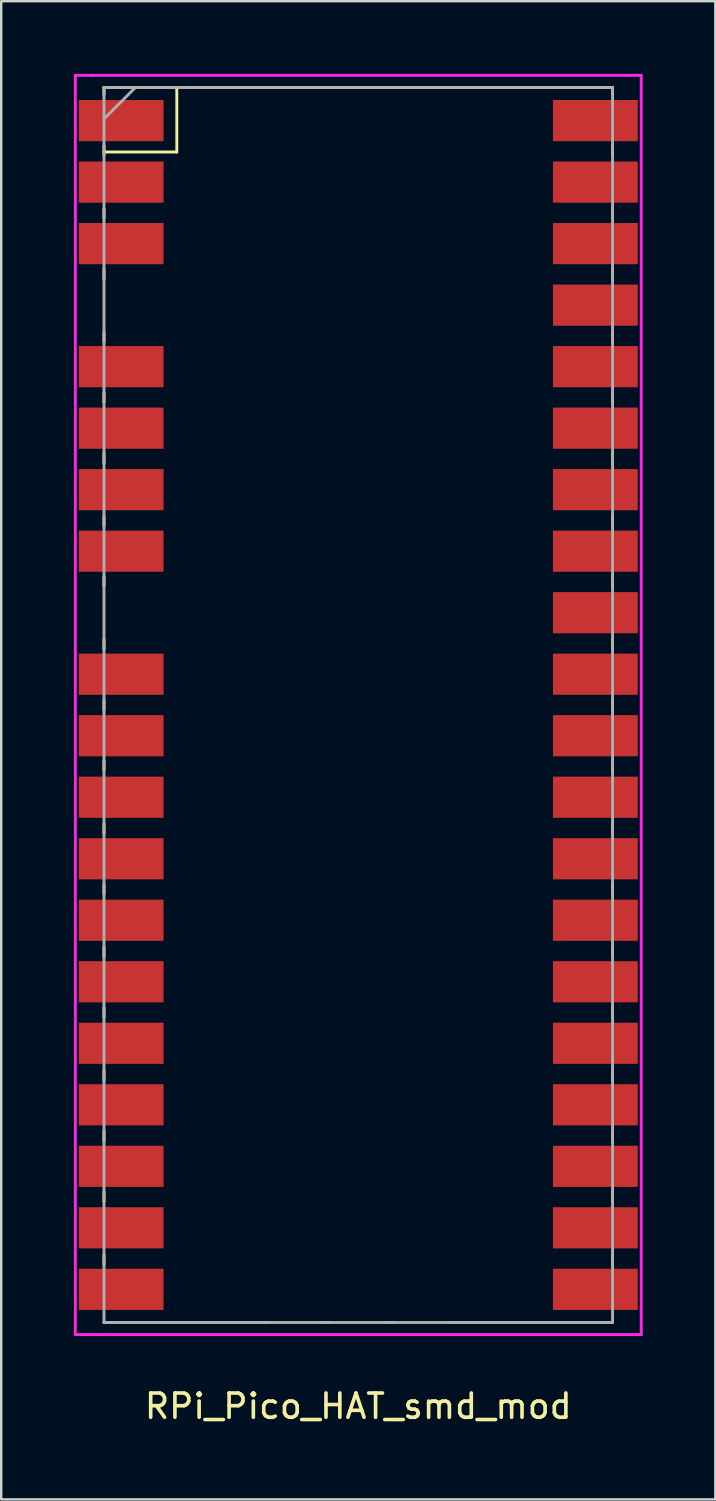
<source format=kicad_pcb>
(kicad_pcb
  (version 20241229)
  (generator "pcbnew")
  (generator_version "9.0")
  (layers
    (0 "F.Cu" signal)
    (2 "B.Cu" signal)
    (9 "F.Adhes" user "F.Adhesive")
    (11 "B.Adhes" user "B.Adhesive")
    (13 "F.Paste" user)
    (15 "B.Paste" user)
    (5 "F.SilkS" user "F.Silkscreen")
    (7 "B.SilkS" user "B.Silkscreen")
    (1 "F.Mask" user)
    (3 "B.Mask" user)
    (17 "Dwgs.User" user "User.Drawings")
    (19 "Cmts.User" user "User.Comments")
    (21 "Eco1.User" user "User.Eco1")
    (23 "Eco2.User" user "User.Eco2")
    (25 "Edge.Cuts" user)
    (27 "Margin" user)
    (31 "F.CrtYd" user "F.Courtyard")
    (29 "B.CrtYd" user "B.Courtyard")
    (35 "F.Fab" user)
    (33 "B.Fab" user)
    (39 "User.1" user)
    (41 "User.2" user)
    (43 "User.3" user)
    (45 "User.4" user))
  (footprint "RPi_Pico_HAT_smd_mod"
    (layer "F.Cu")
    (at 11.744 27.584)
    (property "Reference" "RPi_Pico_HAT_smd_mod" (at 0 27.432 0) (layer "F.SilkS") (effects (font (size 1 1) (thickness 0.15))))
    (attr through_hole)
    (fp_line (start -10.5 -27.024) (end -10.5 -26.724) (stroke (width 0.12) (type solid)) (layer "F.SilkS"))
    (fp_line (start -10.5 -27.024) (end 10.5 -27.024) (stroke (width 0.12) (type solid)) (layer "F.SilkS"))
    (fp_line (start -10.5 -24.624) (end -10.5 -24.224) (stroke (width 0.12) (type solid)) (layer "F.SilkS"))
    (fp_line (start -10.5 -24.357) (end -7.493 -24.357) (stroke (width 0.12) (type solid)) (layer "F.SilkS"))
    (fp_line (start -10.5 -22.024) (end -10.5 -21.624) (stroke (width 0.12) (type solid)) (layer "F.SilkS"))
    (fp_line (start -10.5 -19.524) (end -10.5 -19.124) (stroke (width 0.12) (type solid)) (layer "F.SilkS"))
    (fp_line (start -10.5 -16.924) (end -10.5 -16.524) (stroke (width 0.12) (type solid)) (layer "F.SilkS"))
    (fp_line (start -10.5 -14.424) (end -10.5 -14.024) (stroke (width 0.12) (type solid)) (layer "F.SilkS"))
    (fp_line (start -10.5 -11.924) (end -10.5 -11.524) (stroke (width 0.12) (type solid)) (layer "F.SilkS"))
    (fp_line (start -10.5 -9.324) (end -10.5 -8.924) (stroke (width 0.12) (type solid)) (layer "F.SilkS"))
    (fp_line (start -10.5 -6.824) (end -10.5 -6.424) (stroke (width 0.12) (type solid)) (layer "F.SilkS"))
    (fp_line (start -10.5 -4.224) (end -10.5 -3.824) (stroke (width 0.12) (type solid)) (layer "F.SilkS"))
    (fp_line (start -10.5 -1.724) (end -10.5 -1.324) (stroke (width 0.12) (type solid)) (layer "F.SilkS"))
    (fp_line (start -10.5 0.776) (end -10.5 1.176) (stroke (width 0.12) (type solid)) (layer "F.SilkS"))
    (fp_line (start -10.5 3.376) (end -10.5 3.776) (stroke (width 0.12) (type solid)) (layer "F.SilkS"))
    (fp_line (start -10.5 5.876) (end -10.5 6.276) (stroke (width 0.12) (type solid)) (layer "F.SilkS"))
    (fp_line (start -10.5 8.476) (end -10.5 8.876) (stroke (width 0.12) (type solid)) (layer "F.SilkS"))
    (fp_line (start -10.5 10.976) (end -10.5 11.376) (stroke (width 0.12) (type solid)) (layer "F.SilkS"))
    (fp_line (start -10.5 13.576) (end -10.5 13.976) (stroke (width 0.12) (type solid)) (layer "F.SilkS"))
    (fp_line (start -10.5 16.076) (end -10.5 16.476) (stroke (width 0.12) (type solid)) (layer "F.SilkS"))
    (fp_line (start -10.5 18.576) (end -10.5 18.976) (stroke (width 0.12) (type solid)) (layer "F.SilkS"))
    (fp_line (start -10.5 21.176) (end -10.5 21.576) (stroke (width 0.12) (type solid)) (layer "F.SilkS"))
    (fp_line (start -7.493 -24.357) (end -7.493 -27.024) (stroke (width 0.12) (type solid)) (layer "F.SilkS"))
    (fp_line (start -3.7 23.976) (end -10.5 23.976) (stroke (width 0.12) (type solid)) (layer "F.SilkS"))
    (fp_line (start -1.5 23.976) (end -1.1 23.976) (stroke (width 0.12) (type solid)) (layer "F.SilkS"))
    (fp_line (start 1.1 23.976) (end 1.5 23.976) (stroke (width 0.12) (type solid)) (layer "F.SilkS"))
    (fp_line (start 10.5 -27.024) (end 10.5 -26.724) (stroke (width 0.12) (type solid)) (layer "F.SilkS"))
    (fp_line (start 10.5 -24.624) (end 10.5 -24.224) (stroke (width 0.12) (type solid)) (layer "F.SilkS"))
    (fp_line (start 10.5 -22.024) (end 10.5 -21.624) (stroke (width 0.12) (type solid)) (layer "F.SilkS"))
    (fp_line (start 10.5 -19.524) (end 10.5 -19.124) (stroke (width 0.12) (type solid)) (layer "F.SilkS"))
    (fp_line (start 10.5 -16.924) (end 10.5 -16.524) (stroke (width 0.12) (type solid)) (layer "F.SilkS"))
    (fp_line (start 10.5 -14.424) (end 10.5 -14.024) (stroke (width 0.12) (type solid)) (layer "F.SilkS"))
    (fp_line (start 10.5 -11.924) (end 10.5 -11.524) (stroke (width 0.12) (type solid)) (layer "F.SilkS"))
    (fp_line (start 10.5 -9.324) (end 10.5 -8.924) (stroke (width 0.12) (type solid)) (layer "F.SilkS"))
    (fp_line (start 10.5 -6.824) (end 10.5 -6.424) (stroke (width 0.12) (type solid)) (layer "F.SilkS"))
    (fp_line (start 10.5 -4.224) (end 10.5 -3.824) (stroke (width 0.12) (type solid)) (layer "F.SilkS"))
    (fp_line (start 10.5 -1.724) (end 10.5 -1.324) (stroke (width 0.12) (type solid)) (layer "F.SilkS"))
    (fp_line (start 10.5 0.776) (end 10.5 1.176) (stroke (width 0.12) (type solid)) (layer "F.SilkS"))
    (fp_line (start 10.5 3.376) (end 10.5 3.776) (stroke (width 0.12) (type solid)) (layer "F.SilkS"))
    (fp_line (start 10.5 5.876) (end 10.5 6.276) (stroke (width 0.12) (type solid)) (layer "F.SilkS"))
    (fp_line (start 10.5 8.476) (end 10.5 8.876) (stroke (width 0.12) (type solid)) (layer "F.SilkS"))
    (fp_line (start 10.5 10.976) (end 10.5 11.376) (stroke (width 0.12) (type solid)) (layer "F.SilkS"))
    (fp_line (start 10.5 13.576) (end 10.5 13.976) (stroke (width 0.12) (type solid)) (layer "F.SilkS"))
    (fp_line (start 10.5 16.076) (end 10.5 16.476) (stroke (width 0.12) (type solid)) (layer "F.SilkS"))
    (fp_line (start 10.5 18.576) (end 10.5 18.976) (stroke (width 0.12) (type solid)) (layer "F.SilkS"))
    (fp_line (start 10.5 21.176) (end 10.5 21.576) (stroke (width 0.12) (type solid)) (layer "F.SilkS"))
    (fp_line (start 10.5 23.976) (end 3.7 23.976) (stroke (width 0.12) (type solid)) (layer "F.SilkS"))
    (fp_line (start -11.684 -27.524) (end -11 -27.524) (stroke (width 0.12) (type solid)) (layer "F.CrtYd"))
    (fp_line (start -11.684 24.476) (end -11.684 -27.524) (stroke (width 0.12) (type solid)) (layer "F.CrtYd"))
    (fp_line (start -11.684 24.476) (end -11 24.476) (stroke (width 0.12) (type solid)) (layer "F.CrtYd"))
    (fp_line (start -11 -27.524) (end 11 -27.524) (stroke (width 0.12) (type solid)) (layer "F.CrtYd"))
    (fp_line (start -10.316 24.476) (end -11 24.476) (stroke (width 0.12) (type solid)) (layer "F.CrtYd"))
    (fp_line (start 11 -27.524) (end 11.684 -27.524) (stroke (width 0.12) (type solid)) (layer "F.CrtYd"))
    (fp_line (start 11.684 -27.524) (end 11.684 24.476) (stroke (width 0.12) (type solid)) (layer "F.CrtYd"))
    (fp_line (start 11.684 24.476) (end -10.316 24.476) (stroke (width 0.12) (type solid)) (layer "F.CrtYd"))
    (fp_line (start -10.5 -27.024) (end 10.5 -27.024) (stroke (width 0.12) (type solid)) (layer "F.Fab"))
    (fp_line (start -10.5 -25.724) (end -9.2 -27.024) (stroke (width 0.12) (type solid)) (layer "F.Fab"))
    (fp_line (start -10.5 23.976) (end -10.5 -27.024) (stroke (width 0.12) (type solid)) (layer "F.Fab"))
    (fp_line (start 10.5 -27.024) (end 10.5 23.976) (stroke (width 0.12) (type solid)) (layer "F.Fab"))
    (fp_line (start 10.5 23.976) (end -10.5 23.976) (stroke (width 0.12) (type solid)) (layer "F.Fab"))
    (pad "1" smd rect (at -8.89 -25.654) (size 3.5 1.7) (drill (offset -0.9 0)) (layers "F.Cu" "F.Mask"))
    (pad "2" smd rect (at -8.89 -23.114) (size 3.5 1.7) (drill (offset -0.9 0)) (layers "F.Cu" "F.Mask"))
    (pad "3" smd rect (at -8.89 -20.574) (size 3.5 1.7) (drill (offset -0.9 0)) (layers "F.Cu" "F.Mask"))
    (pad "5" smd rect (at -8.89 -15.494) (size 3.5 1.7) (drill (offset -0.9 0)) (layers "F.Cu" "F.Mask"))
    (pad "6" smd rect (at -8.89 -12.954) (size 3.5 1.7) (drill (offset -0.9 0)) (layers "F.Cu" "F.Mask"))
    (pad "7" smd rect (at -8.89 -10.414) (size 3.5 1.7) (drill (offset -0.9 0)) (layers "F.Cu" "F.Mask"))
    (pad "8" smd rect (at -8.89 -7.874) (size 3.5 1.7) (drill (offset -0.9 0)) (layers "F.Cu" "F.Mask"))
    (pad "10" smd rect (at -8.89 -2.794) (size 3.5 1.7) (drill (offset -0.9 0)) (layers "F.Cu" "F.Mask"))
    (pad "11" smd rect (at -8.89 -0.254) (size 3.5 1.7) (drill (offset -0.9 0)) (layers "F.Cu" "F.Mask"))
    (pad "12" smd rect (at -8.89 2.286) (size 3.5 1.7) (drill (offset -0.9 0)) (layers "F.Cu" "F.Mask"))
    (pad "13" smd rect (at -8.89 4.826) (size 3.5 1.7) (drill (offset -0.9 0)) (layers "F.Cu" "F.Mask"))
    (pad "14" smd rect (at -8.89 7.366) (size 3.5 1.7) (drill (offset -0.9 0)) (layers "F.Cu" "F.Mask"))
    (pad "15" smd rect (at -8.89 9.906) (size 3.5 1.7) (drill (offset -0.9 0)) (layers "F.Cu" "F.Mask"))
    (pad "16" smd rect (at -8.89 12.446) (size 3.5 1.7) (drill (offset -0.9 0)) (layers "F.Cu" "F.Mask"))
    (pad "17" smd rect (at -8.89 14.986) (size 3.5 1.7) (drill (offset -0.9 0)) (layers "F.Cu" "F.Mask"))
    (pad "18" smd rect (at -8.89 17.526) (size 3.5 1.7) (drill (offset -0.9 0)) (layers "F.Cu" "F.Mask"))
    (pad "19" smd rect (at -8.89 20.066) (size 3.5 1.7) (drill (offset -0.9 0)) (layers "F.Cu" "F.Mask"))
    (pad "20" smd rect (at -8.89 22.606) (size 3.5 1.7) (drill (offset -0.9 0)) (layers "F.Cu" "F.Mask"))
    (pad "21" smd rect (at 8.89 22.606) (size 3.5 1.7) (drill (offset 0.9 0)) (layers "F.Cu" "F.Mask"))
    (pad "22" smd rect (at 8.89 20.066) (size 3.5 1.7) (drill (offset 0.9 0)) (layers "F.Cu" "F.Mask"))
    (pad "23" smd rect (at 8.89 17.526) (size 3.5 1.7) (drill (offset 0.9 0)) (layers "F.Cu" "F.Mask"))
    (pad "24" smd rect (at 8.89 14.986) (size 3.5 1.7) (drill (offset 0.9 0)) (layers "F.Cu" "F.Mask"))
    (pad "25" smd rect (at 8.89 12.446) (size 3.5 1.7) (drill (offset 0.9 0)) (layers "F.Cu" "F.Mask"))
    (pad "26" smd rect (at 8.89 9.906) (size 3.5 1.7) (drill (offset 0.9 0)) (layers "F.Cu" "F.Mask"))
    (pad "27" smd rect (at 8.89 7.366) (size 3.5 1.7) (drill (offset 0.9 0)) (layers "F.Cu" "F.Mask"))
    (pad "28" smd rect (at 8.89 4.826) (size 3.5 1.7) (drill (offset 0.9 0)) (layers "F.Cu" "F.Mask"))
    (pad "29" smd rect (at 8.89 2.286) (size 3.5 1.7) (drill (offset 0.9 0)) (layers "F.Cu" "F.Mask"))
    (pad "30" smd rect (at 8.89 -0.254) (size 3.5 1.7) (drill (offset 0.9 0)) (layers "F.Cu" "F.Mask"))
    (pad "31" smd rect (at 8.89 -2.794) (size 3.5 1.7) (drill (offset 0.9 0)) (layers "F.Cu" "F.Mask"))
    (pad "32" smd rect (at 8.89 -5.334) (size 3.5 1.7) (drill (offset 0.9 0)) (layers "F.Cu" "F.Mask"))
    (pad "33" smd rect (at 8.89 -7.874) (size 3.5 1.7) (drill (offset 0.9 0)) (layers "F.Cu" "F.Mask"))
    (pad "34" smd rect (at 8.89 -10.414) (size 3.5 1.7) (drill (offset 0.9 0)) (layers "F.Cu" "F.Mask"))
    (pad "35" smd rect (at 8.89 -12.954) (size 3.5 1.7) (drill (offset 0.9 0)) (layers "F.Cu" "F.Mask"))
    (pad "36" smd rect (at 8.89 -15.494) (size 3.5 1.7) (drill (offset 0.9 0)) (layers "F.Cu" "F.Mask"))
    (pad "37" smd rect (at 8.89 -18.034) (size 3.5 1.7) (drill (offset 0.9 0)) (layers "F.Cu" "F.Mask"))
    (pad "38" smd rect (at 8.89 -20.574) (size 3.5 1.7) (drill (offset 0.9 0)) (layers "F.Cu" "F.Mask"))
    (pad "39" smd rect (at 8.89 -23.114) (size 3.5 1.7) (drill (offset 0.9 0)) (layers "F.Cu" "F.Mask"))
    (pad "40" smd rect (at 8.89 -25.654) (size 3.5 1.7) (drill (offset 0.9 0)) (layers "F.Cu" "F.Mask")))
  (gr_rect
    (start -3 -3)
    (end 26.488 58.864)
    (stroke (width 0.1) (type default))
    (fill no)
    (layer "Edge.Cuts")))
</source>
